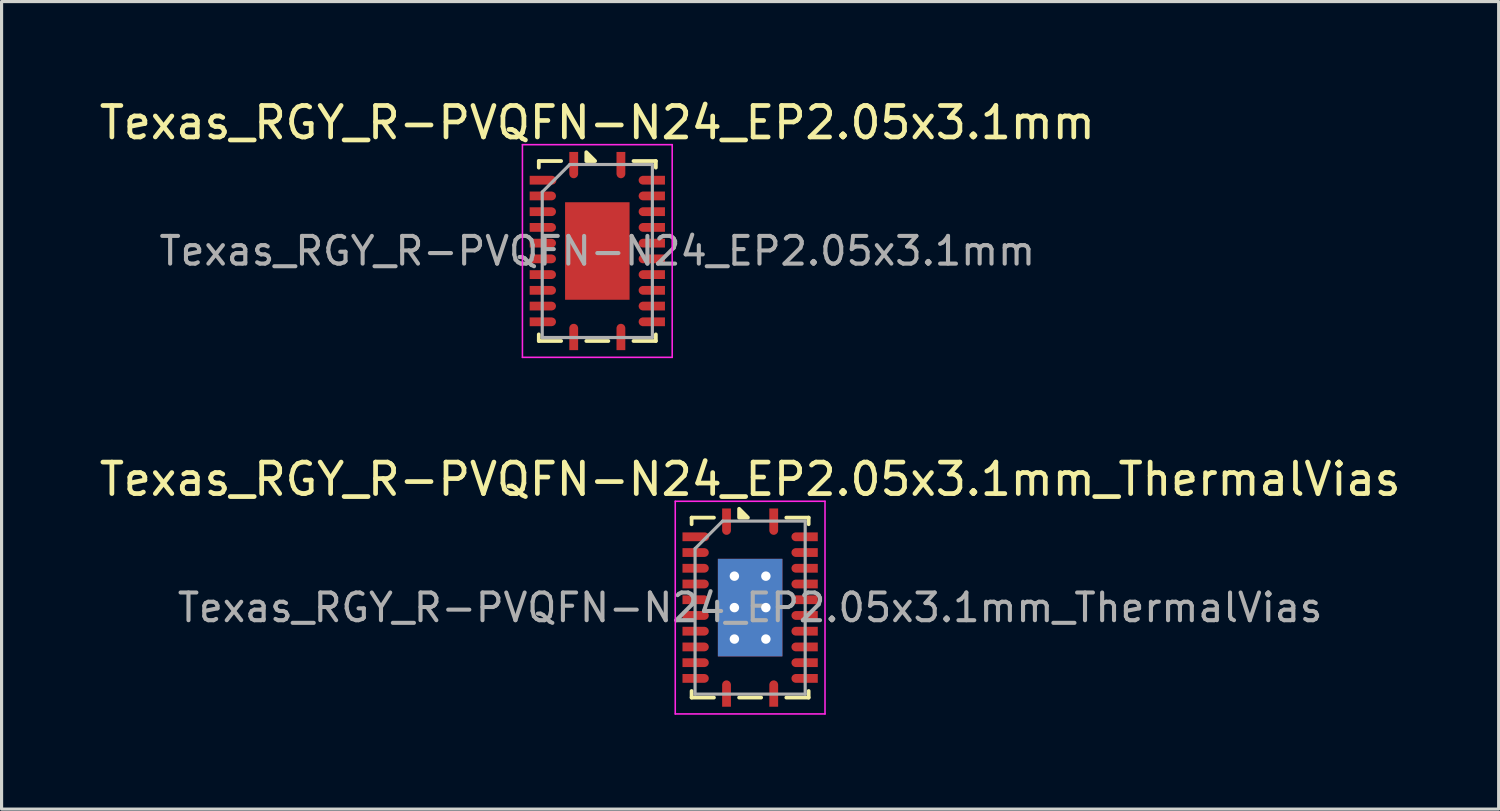
<source format=kicad_pcb>
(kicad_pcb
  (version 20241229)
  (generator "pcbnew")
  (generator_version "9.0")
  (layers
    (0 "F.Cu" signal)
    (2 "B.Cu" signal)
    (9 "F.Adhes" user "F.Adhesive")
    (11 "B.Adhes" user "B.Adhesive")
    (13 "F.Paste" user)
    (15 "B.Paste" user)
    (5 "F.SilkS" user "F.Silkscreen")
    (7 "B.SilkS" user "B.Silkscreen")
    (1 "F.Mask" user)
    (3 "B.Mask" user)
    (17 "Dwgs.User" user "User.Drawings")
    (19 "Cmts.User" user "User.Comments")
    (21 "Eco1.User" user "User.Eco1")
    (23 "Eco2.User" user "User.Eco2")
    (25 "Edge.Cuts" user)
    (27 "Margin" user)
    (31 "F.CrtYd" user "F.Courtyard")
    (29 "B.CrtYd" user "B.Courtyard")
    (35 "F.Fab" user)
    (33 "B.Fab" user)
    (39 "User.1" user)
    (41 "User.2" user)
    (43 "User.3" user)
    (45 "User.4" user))
  (footprint "Texas_RGY_R-PVQFN-N24_EP2.05x3.1mm_ThermalVias"
    (layer "F.Cu")
    (at 20.792 16.262)
    (property "Reference" "Texas_RGY_R-PVQFN-N24_EP2.05x3.1mm_ThermalVias" (at 0 -4.08 0) (layer "F.SilkS") (effects (font (size 1 1) (thickness 0.15))))
    (attr smd)
    (fp_line (start -1.86 -2.86) (end -1.86 -2.65) (stroke (width 0.12) (type solid)) (layer "F.SilkS"))
    (fp_line (start -1.86 2.86) (end -1.86 2.65) (stroke (width 0.12) (type solid)) (layer "F.SilkS"))
    (fp_line (start -1.15 -2.86) (end -1.86 -2.86) (stroke (width 0.12) (type solid)) (layer "F.SilkS"))
    (fp_line (start -1.15 2.86) (end -1.86 2.86) (stroke (width 0.12) (type solid)) (layer "F.SilkS"))
    (fp_line (start 0.35 2.86) (end -0.35 2.86) (stroke (width 0.12) (type solid)) (layer "F.SilkS"))
    (fp_line (start 1.15 -2.86) (end 1.86 -2.86) (stroke (width 0.12) (type solid)) (layer "F.SilkS"))
    (fp_line (start 1.15 2.86) (end 1.86 2.86) (stroke (width 0.12) (type solid)) (layer "F.SilkS"))
    (fp_line (start 1.86 -2.86) (end 1.86 -2.65) (stroke (width 0.12) (type solid)) (layer "F.SilkS"))
    (fp_line (start 1.86 2.86) (end 1.86 2.65) (stroke (width 0.12) (type solid)) (layer "F.SilkS"))
    (fp_poly (pts (xy -0.35 -2.86) (xy -0.35 -3.14) (xy -0.07 -2.86) (xy -0.35 -2.86)) (stroke (width 0.12) (type solid)) (fill yes) (layer "F.SilkS"))
    (fp_line (start -2.38 -3.38) (end -2.38 3.38) (stroke (width 0.05) (type solid)) (layer "F.CrtYd"))
    (fp_line (start -2.38 3.38) (end 2.38 3.38) (stroke (width 0.05) (type solid)) (layer "F.CrtYd"))
    (fp_line (start 2.38 -3.38) (end -2.38 -3.38) (stroke (width 0.05) (type solid)) (layer "F.CrtYd"))
    (fp_line (start 2.38 3.38) (end 2.38 -3.38) (stroke (width 0.05) (type solid)) (layer "F.CrtYd"))
    (fp_line (start -1.75 -1.875) (end -0.875 -2.75) (stroke (width 0.1) (type solid)) (layer "F.Fab"))
    (fp_line (start -1.75 2.75) (end -1.75 -1.875) (stroke (width 0.1) (type solid)) (layer "F.Fab"))
    (fp_line (start -0.875 -2.75) (end 1.75 -2.75) (stroke (width 0.1) (type solid)) (layer "F.Fab"))
    (fp_line (start 1.75 -2.75) (end 1.75 2.75) (stroke (width 0.1) (type solid)) (layer "F.Fab"))
    (fp_line (start 1.75 2.75) (end -1.75 2.75) (stroke (width 0.1) (type solid)) (layer "F.Fab"))
    (fp_text user "${REFERENCE}" (at 0 0 0) (layer "F.Fab") (effects (font (size 0.88 0.88) (thickness 0.13))))
    (pad "" smd rect (at -0.56 -0.81) (size 0.82 1.32) (layers "F.Paste"))
    (pad "" smd rect (at -0.56 0.81) (size 0.82 1.32) (layers "F.Paste"))
    (pad "" smd rect (at 0.56 -0.81) (size 0.82 1.32) (layers "F.Paste"))
    (pad "" smd rect (at 0.56 0.81) (size 0.82 1.32) (layers "F.Paste"))
    (pad "1" smd custom (at -0.75 -2.795) (size 0.28 0.71) (layers "F.Cu" "F.Mask" "F.Paste") (options (anchor rect)) (primitives (gr_circle (center 0 0.343) (end 0.14 0.343) (width 0) (fill yes))))
    (pad "2" smd custom (at -1.795 -2.25) (size 0.71 0.28) (layers "F.Cu" "F.Mask" "F.Paste") (options (anchor rect)) (primitives (gr_circle (center 0.355 0) (end 0.495 0) (width 0) (fill yes))))
    (pad "3" smd custom (at -1.795 -1.75) (size 0.71 0.28) (layers "F.Cu" "F.Mask" "F.Paste") (options (anchor rect)) (primitives (gr_circle (center 0.343 0) (end 0.482 0) (width 0) (fill yes))))
    (pad "4" smd custom (at -1.795 -1.25) (size 0.71 0.28) (layers "F.Cu" "F.Mask" "F.Paste") (options (anchor rect)) (primitives (gr_circle (center 0.343 0) (end 0.482 0) (width 0) (fill yes))))
    (pad "5" smd custom (at -1.795 -0.75) (size 0.71 0.28) (layers "F.Cu" "F.Mask" "F.Paste") (options (anchor rect)) (primitives (gr_circle (center 0.343 0) (end 0.482 0) (width 0) (fill yes))))
    (pad "6" smd custom (at -1.795 -0.25) (size 0.71 0.28) (layers "F.Cu" "F.Mask" "F.Paste") (options (anchor rect)) (primitives (gr_circle (center 0.343 0) (end 0.482 0) (width 0) (fill yes))))
    (pad "7" smd custom (at -1.795 0.25) (size 0.71 0.28) (layers "F.Cu" "F.Mask" "F.Paste") (options (anchor rect)) (primitives (gr_circle (center 0.343 0) (end 0.482 0) (width 0) (fill yes))))
    (pad "8" smd custom (at -1.795 0.75) (size 0.71 0.28) (layers "F.Cu" "F.Mask" "F.Paste") (options (anchor rect)) (primitives (gr_circle (center 0.343 0) (end 0.482 0) (width 0) (fill yes))))
    (pad "9" smd custom (at -1.795 1.25) (size 0.71 0.28) (layers "F.Cu" "F.Mask" "F.Paste") (options (anchor rect)) (primitives (gr_circle (center 0.343 0) (end 0.482 0) (width 0) (fill yes))))
    (pad "10" smd custom (at -1.795 1.75) (size 0.71 0.28) (layers "F.Cu" "F.Mask" "F.Paste") (options (anchor rect)) (primitives (gr_circle (center 0.343 0) (end 0.482 0) (width 0) (fill yes))))
    (pad "11" smd custom (at -1.795 2.25) (size 0.71 0.28) (layers "F.Cu" "F.Mask" "F.Paste") (options (anchor rect)) (primitives (gr_circle (center 0.343 0) (end 0.482 0) (width 0) (fill yes))))
    (pad "12" smd custom (at -0.75 2.795) (size 0.28 0.71) (layers "F.Cu" "F.Mask" "F.Paste") (options (anchor rect)) (primitives (gr_circle (center 0 -0.343) (end 0.14 -0.343) (width 0) (fill yes))))
    (pad "13" smd custom (at 0.75 2.795) (size 0.28 0.71) (layers "F.Cu" "F.Mask" "F.Paste") (options (anchor rect)) (primitives (gr_circle (center 0 -0.343) (end 0.14 -0.343) (width 0) (fill yes))))
    (pad "14" smd custom (at 1.795 2.25) (size 0.71 0.28) (layers "F.Cu" "F.Mask" "F.Paste") (options (anchor rect)) (primitives (gr_circle (center -0.343 0) (end -0.203 0) (width 0) (fill yes))))
    (pad "15" smd custom (at 1.795 1.75) (size 0.71 0.28) (layers "F.Cu" "F.Mask" "F.Paste") (options (anchor rect)) (primitives (gr_circle (center -0.343 0) (end -0.203 0) (width 0) (fill yes))))
    (pad "16" smd custom (at 1.795 1.25) (size 0.71 0.28) (layers "F.Cu" "F.Mask" "F.Paste") (options (anchor rect)) (primitives (gr_circle (center -0.343 0) (end -0.203 0) (width 0) (fill yes))))
    (pad "17" smd custom (at 1.795 0.75) (size 0.71 0.28) (layers "F.Cu" "F.Mask" "F.Paste") (options (anchor rect)) (primitives (gr_circle (center -0.343 0) (end -0.203 0) (width 0) (fill yes))))
    (pad "18" smd custom (at 1.795 0.25) (size 0.71 0.28) (layers "F.Cu" "F.Mask" "F.Paste") (options (anchor rect)) (primitives (gr_circle (center -0.343 0) (end -0.203 0) (width 0) (fill yes))))
    (pad "19" smd custom (at 1.795 -0.25) (size 0.71 0.28) (layers "F.Cu" "F.Mask" "F.Paste") (options (anchor rect)) (primitives (gr_circle (center -0.343 0) (end -0.203 0) (width 0) (fill yes))))
    (pad "20" smd custom (at 1.795 -0.75) (size 0.71 0.28) (layers "F.Cu" "F.Mask" "F.Paste") (options (anchor rect)) (primitives (gr_circle (center -0.343 0) (end -0.203 0) (width 0) (fill yes))))
    (pad "21" smd custom (at 1.795 -1.25) (size 0.71 0.28) (layers "F.Cu" "F.Mask" "F.Paste") (options (anchor rect)) (primitives (gr_circle (center -0.343 0) (end -0.203 0) (width 0) (fill yes))))
    (pad "22" smd custom (at 1.795 -1.75) (size 0.71 0.28) (layers "F.Cu" "F.Mask" "F.Paste") (options (anchor rect)) (primitives (gr_circle (center -0.343 0) (end -0.203 0) (width 0) (fill yes))))
    (pad "23" smd custom (at 1.795 -2.25) (size 0.71 0.28) (layers "F.Cu" "F.Mask" "F.Paste") (options (anchor rect)) (primitives (gr_circle (center -0.343 0) (end -0.203 0) (width 0) (fill yes))))
    (pad "24" smd custom (at 0.75 -2.795) (size 0.28 0.71) (layers "F.Cu" "F.Mask" "F.Paste") (options (anchor rect)) (primitives (gr_circle (center 0 0.343) (end 0.14 0.343) (width 0) (fill yes))))
    (pad "25" thru_hole circle (at -0.5 -1) (size 0.6 0.6) (drill 0.3) (layers "*.Cu"))
    (pad "25" thru_hole circle (at -0.5 0) (size 0.6 0.6) (drill 0.3) (layers "*.Cu"))
    (pad "25" thru_hole circle (at -0.5 1) (size 0.6 0.6) (drill 0.3) (layers "*.Cu"))
    (pad "25" smd rect (at 0 0) (size 2.05 3.1) (layers "F.Cu" "F.Mask"))
    (pad "25" smd rect (at 0 0) (size 2.05 3.1) (layers "B.Cu"))
    (pad "25" thru_hole circle (at 0.5 -1) (size 0.6 0.6) (drill 0.3) (layers "*.Cu"))
    (pad "25" thru_hole circle (at 0.5 0) (size 0.6 0.6) (drill 0.3) (layers "*.Cu"))
    (pad "25" thru_hole circle (at 0.5 1) (size 0.6 0.6) (drill 0.3) (layers "*.Cu")))
  (footprint "Texas_RGY_R-PVQFN-N24_EP2.05x3.1mm"
    (layer "F.Cu")
    (at 15.935 4.928)
    (property "Reference" "Texas_RGY_R-PVQFN-N24_EP2.05x3.1mm" (at 0 -4.08 0) (layer "F.SilkS") (effects (font (size 1 1) (thickness 0.15))))
    (attr smd)
    (fp_line (start -1.86 -2.86) (end -1.86 -2.65) (stroke (width 0.12) (type solid)) (layer "F.SilkS"))
    (fp_line (start -1.86 2.86) (end -1.86 2.65) (stroke (width 0.12) (type solid)) (layer "F.SilkS"))
    (fp_line (start -1.15 -2.86) (end -1.86 -2.86) (stroke (width 0.12) (type solid)) (layer "F.SilkS"))
    (fp_line (start -1.15 2.86) (end -1.86 2.86) (stroke (width 0.12) (type solid)) (layer "F.SilkS"))
    (fp_line (start 0.35 2.86) (end -0.35 2.86) (stroke (width 0.12) (type solid)) (layer "F.SilkS"))
    (fp_line (start 1.15 -2.86) (end 1.86 -2.86) (stroke (width 0.12) (type solid)) (layer "F.SilkS"))
    (fp_line (start 1.15 2.86) (end 1.86 2.86) (stroke (width 0.12) (type solid)) (layer "F.SilkS"))
    (fp_line (start 1.86 -2.65) (end 1.86 -2.86) (stroke (width 0.12) (type solid)) (layer "F.SilkS"))
    (fp_line (start 1.86 2.86) (end 1.86 2.65) (stroke (width 0.12) (type solid)) (layer "F.SilkS"))
    (fp_poly (pts (xy -0.35 -2.86) (xy -0.35 -3.14) (xy -0.07 -2.86) (xy -0.35 -2.86)) (stroke (width 0.12) (type solid)) (fill yes) (layer "F.SilkS"))
    (fp_line (start -2.38 -3.38) (end -2.38 3.38) (stroke (width 0.05) (type solid)) (layer "F.CrtYd"))
    (fp_line (start -2.38 3.38) (end 2.38 3.38) (stroke (width 0.05) (type solid)) (layer "F.CrtYd"))
    (fp_line (start 2.38 -3.38) (end -2.38 -3.38) (stroke (width 0.05) (type solid)) (layer "F.CrtYd"))
    (fp_line (start 2.38 3.38) (end 2.38 -3.38) (stroke (width 0.05) (type solid)) (layer "F.CrtYd"))
    (fp_line (start -1.75 -1.875) (end -0.875 -2.75) (stroke (width 0.1) (type solid)) (layer "F.Fab"))
    (fp_line (start -1.75 2.75) (end -1.75 -1.875) (stroke (width 0.1) (type solid)) (layer "F.Fab"))
    (fp_line (start -0.875 -2.75) (end 1.75 -2.75) (stroke (width 0.1) (type solid)) (layer "F.Fab"))
    (fp_line (start 1.75 -2.75) (end 1.75 2.75) (stroke (width 0.1) (type solid)) (layer "F.Fab"))
    (fp_line (start 1.75 2.75) (end -1.75 2.75) (stroke (width 0.1) (type solid)) (layer "F.Fab"))
    (fp_text user "${REFERENCE}" (at 0 0 0) (layer "F.Fab") (effects (font (size 0.88 0.88) (thickness 0.13))))
    (pad "" smd rect (at -0.56 -0.81) (size 0.82 1.32) (layers "F.Paste"))
    (pad "" smd rect (at -0.56 0.81) (size 0.82 1.32) (layers "F.Paste"))
    (pad "" smd rect (at 0.56 -0.81) (size 0.82 1.32) (layers "F.Paste"))
    (pad "" smd rect (at 0.56 0.81) (size 0.82 1.32) (layers "F.Paste"))
    (pad "1" smd custom (at -0.75 -2.795) (size 0.28 0.71) (layers "F.Cu" "F.Mask" "F.Paste") (options (anchor rect)) (primitives (gr_circle (center 0 0.343) (end 0.14 0.343) (width 0) (fill yes))))
    (pad "2" smd custom (at -1.795 -2.25) (size 0.71 0.28) (layers "F.Cu" "F.Mask" "F.Paste") (options (anchor rect)) (primitives (gr_circle (center 0.355 0) (end 0.495 0) (width 0) (fill yes))))
    (pad "3" smd custom (at -1.795 -1.75) (size 0.71 0.28) (layers "F.Cu" "F.Mask" "F.Paste") (options (anchor rect)) (primitives (gr_circle (center 0.343 0) (end 0.482 0) (width 0) (fill yes))))
    (pad "4" smd custom (at -1.795 -1.25) (size 0.71 0.28) (layers "F.Cu" "F.Mask" "F.Paste") (options (anchor rect)) (primitives (gr_circle (center 0.343 0) (end 0.482 0) (width 0) (fill yes))))
    (pad "5" smd custom (at -1.795 -0.75) (size 0.71 0.28) (layers "F.Cu" "F.Mask" "F.Paste") (options (anchor rect)) (primitives (gr_circle (center 0.343 0) (end 0.482 0) (width 0) (fill yes))))
    (pad "6" smd custom (at -1.795 -0.25) (size 0.71 0.28) (layers "F.Cu" "F.Mask" "F.Paste") (options (anchor rect)) (primitives (gr_circle (center 0.343 0) (end 0.482 0) (width 0) (fill yes))))
    (pad "7" smd custom (at -1.795 0.25) (size 0.71 0.28) (layers "F.Cu" "F.Mask" "F.Paste") (options (anchor rect)) (primitives (gr_circle (center 0.343 0) (end 0.482 0) (width 0) (fill yes))))
    (pad "8" smd custom (at -1.795 0.75) (size 0.71 0.28) (layers "F.Cu" "F.Mask" "F.Paste") (options (anchor rect)) (primitives (gr_circle (center 0.343 0) (end 0.482 0) (width 0) (fill yes))))
    (pad "9" smd custom (at -1.795 1.25) (size 0.71 0.28) (layers "F.Cu" "F.Mask" "F.Paste") (options (anchor rect)) (primitives (gr_circle (center 0.343 0) (end 0.482 0) (width 0) (fill yes))))
    (pad "10" smd custom (at -1.795 1.75) (size 0.71 0.28) (layers "F.Cu" "F.Mask" "F.Paste") (options (anchor rect)) (primitives (gr_circle (center 0.343 0) (end 0.482 0) (width 0) (fill yes))))
    (pad "11" smd custom (at -1.795 2.25) (size 0.71 0.28) (layers "F.Cu" "F.Mask" "F.Paste") (options (anchor rect)) (primitives (gr_circle (center 0.343 0) (end 0.482 0) (width 0) (fill yes))))
    (pad "12" smd custom (at -0.75 2.795) (size 0.28 0.71) (layers "F.Cu" "F.Mask" "F.Paste") (options (anchor rect)) (primitives (gr_circle (center 0 -0.343) (end 0.14 -0.343) (width 0) (fill yes))))
    (pad "13" smd custom (at 0.75 2.795) (size 0.28 0.71) (layers "F.Cu" "F.Mask" "F.Paste") (options (anchor rect)) (primitives (gr_circle (center 0 -0.343) (end 0.14 -0.343) (width 0) (fill yes))))
    (pad "14" smd custom (at 1.795 2.25) (size 0.71 0.28) (layers "F.Cu" "F.Mask" "F.Paste") (options (anchor rect)) (primitives (gr_circle (center -0.343 0) (end -0.203 0) (width 0) (fill yes))))
    (pad "15" smd custom (at 1.795 1.75) (size 0.71 0.28) (layers "F.Cu" "F.Mask" "F.Paste") (options (anchor rect)) (primitives (gr_circle (center -0.343 0) (end -0.203 0) (width 0) (fill yes))))
    (pad "16" smd custom (at 1.795 1.25) (size 0.71 0.28) (layers "F.Cu" "F.Mask" "F.Paste") (options (anchor rect)) (primitives (gr_circle (center -0.343 0) (end -0.203 0) (width 0) (fill yes))))
    (pad "17" smd custom (at 1.795 0.75) (size 0.71 0.28) (layers "F.Cu" "F.Mask" "F.Paste") (options (anchor rect)) (primitives (gr_circle (center -0.343 0) (end -0.203 0) (width 0) (fill yes))))
    (pad "18" smd custom (at 1.795 0.25) (size 0.71 0.28) (layers "F.Cu" "F.Mask" "F.Paste") (options (anchor rect)) (primitives (gr_circle (center -0.343 0) (end -0.203 0) (width 0) (fill yes))))
    (pad "19" smd custom (at 1.795 -0.25) (size 0.71 0.28) (layers "F.Cu" "F.Mask" "F.Paste") (options (anchor rect)) (primitives (gr_circle (center -0.343 0) (end -0.203 0) (width 0) (fill yes))))
    (pad "20" smd custom (at 1.795 -0.75) (size 0.71 0.28) (layers "F.Cu" "F.Mask" "F.Paste") (options (anchor rect)) (primitives (gr_circle (center -0.343 0) (end -0.203 0) (width 0) (fill yes))))
    (pad "21" smd custom (at 1.795 -1.25) (size 0.71 0.28) (layers "F.Cu" "F.Mask" "F.Paste") (options (anchor rect)) (primitives (gr_circle (center -0.343 0) (end -0.203 0) (width 0) (fill yes))))
    (pad "22" smd custom (at 1.795 -1.75) (size 0.71 0.28) (layers "F.Cu" "F.Mask" "F.Paste") (options (anchor rect)) (primitives (gr_circle (center -0.343 0) (end -0.203 0) (width 0) (fill yes))))
    (pad "23" smd custom (at 1.795 -2.25) (size 0.71 0.28) (layers "F.Cu" "F.Mask" "F.Paste") (options (anchor rect)) (primitives (gr_circle (center -0.343 0) (end -0.203 0) (width 0) (fill yes))))
    (pad "24" smd custom (at 0.75 -2.795) (size 0.28 0.71) (layers "F.Cu" "F.Mask" "F.Paste") (options (anchor rect)) (primitives (gr_circle (center 0 0.343) (end 0.14 0.343) (width 0) (fill yes))))
    (pad "25" smd rect (at 0 0) (size 2.05 3.1) (layers "F.Cu" "F.Mask")))
  (gr_rect
    (start -3 -3)
    (end 44.583 22.666)
    (stroke (width 0.1) (type default))
    (fill no)
    (layer "Edge.Cuts")))
</source>
